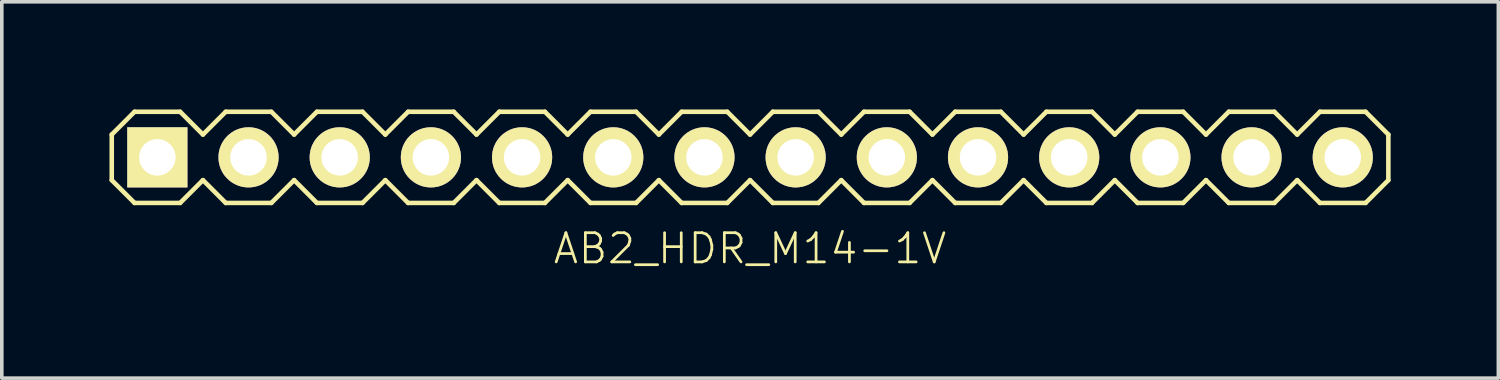
<source format=kicad_pcb>
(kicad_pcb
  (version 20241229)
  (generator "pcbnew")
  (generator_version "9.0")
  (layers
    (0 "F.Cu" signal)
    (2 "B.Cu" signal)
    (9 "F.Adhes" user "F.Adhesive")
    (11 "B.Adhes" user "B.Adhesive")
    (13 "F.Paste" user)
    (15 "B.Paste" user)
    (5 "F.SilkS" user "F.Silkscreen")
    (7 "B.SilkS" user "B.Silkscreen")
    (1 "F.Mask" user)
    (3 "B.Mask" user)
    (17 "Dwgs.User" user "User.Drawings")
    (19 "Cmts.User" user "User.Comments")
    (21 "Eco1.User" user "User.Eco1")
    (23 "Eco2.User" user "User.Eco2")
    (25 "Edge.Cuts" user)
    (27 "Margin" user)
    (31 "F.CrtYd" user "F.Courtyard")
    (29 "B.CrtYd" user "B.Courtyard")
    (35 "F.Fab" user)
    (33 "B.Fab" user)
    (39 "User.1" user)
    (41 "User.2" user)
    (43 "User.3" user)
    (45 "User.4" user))
  (footprint "AB2_HDR_M14-1V"
    (layer "F.Cu")
    (at 17.843 1.333)
    (property "Reference" "AB2_HDR_M14-1V" (at 0 2.54 0) (layer "F.SilkS") (effects (font (size 0.813 0.813) (thickness 0.076))))
    (attr through_hole)
    (fp_line (start -17.78 -0.635) (end -17.145 -1.27) (stroke (width 0.127) (type solid)) (layer "F.SilkS"))
    (fp_line (start -17.78 0.635) (end -17.78 -0.635) (stroke (width 0.127) (type solid)) (layer "F.SilkS"))
    (fp_line (start -17.145 -1.27) (end -15.875 -1.27) (stroke (width 0.127) (type solid)) (layer "F.SilkS"))
    (fp_line (start -17.145 1.27) (end -17.78 0.635) (stroke (width 0.127) (type solid)) (layer "F.SilkS"))
    (fp_line (start -15.875 -1.27) (end -15.24 -0.635) (stroke (width 0.127) (type solid)) (layer "F.SilkS"))
    (fp_line (start -15.875 1.27) (end -17.145 1.27) (stroke (width 0.127) (type solid)) (layer "F.SilkS"))
    (fp_line (start -15.24 -0.635) (end -14.605 -1.27) (stroke (width 0.127) (type solid)) (layer "F.SilkS"))
    (fp_line (start -15.24 0.635) (end -15.875 1.27) (stroke (width 0.127) (type solid)) (layer "F.SilkS"))
    (fp_line (start -14.605 -1.27) (end -13.335 -1.27) (stroke (width 0.127) (type solid)) (layer "F.SilkS"))
    (fp_line (start -14.605 1.27) (end -15.24 0.635) (stroke (width 0.127) (type solid)) (layer "F.SilkS"))
    (fp_line (start -13.335 -1.27) (end -12.7 -0.635) (stroke (width 0.127) (type solid)) (layer "F.SilkS"))
    (fp_line (start -13.335 1.27) (end -14.605 1.27) (stroke (width 0.127) (type solid)) (layer "F.SilkS"))
    (fp_line (start -12.7 -0.635) (end -12.065 -1.27) (stroke (width 0.127) (type solid)) (layer "F.SilkS"))
    (fp_line (start -12.7 0.635) (end -13.335 1.27) (stroke (width 0.127) (type solid)) (layer "F.SilkS"))
    (fp_line (start -12.065 -1.27) (end -10.795 -1.27) (stroke (width 0.127) (type solid)) (layer "F.SilkS"))
    (fp_line (start -12.065 1.27) (end -12.7 0.635) (stroke (width 0.127) (type solid)) (layer "F.SilkS"))
    (fp_line (start -10.795 -1.27) (end -10.16 -0.635) (stroke (width 0.127) (type solid)) (layer "F.SilkS"))
    (fp_line (start -10.795 1.27) (end -12.065 1.27) (stroke (width 0.127) (type solid)) (layer "F.SilkS"))
    (fp_line (start -10.16 -0.635) (end -9.525 -1.27) (stroke (width 0.127) (type solid)) (layer "F.SilkS"))
    (fp_line (start -10.16 0.635) (end -10.795 1.27) (stroke (width 0.127) (type solid)) (layer "F.SilkS"))
    (fp_line (start -9.525 -1.27) (end -8.255 -1.27) (stroke (width 0.127) (type solid)) (layer "F.SilkS"))
    (fp_line (start -9.525 1.27) (end -10.16 0.635) (stroke (width 0.127) (type solid)) (layer "F.SilkS"))
    (fp_line (start -8.255 -1.27) (end -7.62 -0.635) (stroke (width 0.127) (type solid)) (layer "F.SilkS"))
    (fp_line (start -8.255 1.27) (end -9.525 1.27) (stroke (width 0.127) (type solid)) (layer "F.SilkS"))
    (fp_line (start -7.62 -0.635) (end -6.985 -1.27) (stroke (width 0.127) (type solid)) (layer "F.SilkS"))
    (fp_line (start -7.62 0.635) (end -8.255 1.27) (stroke (width 0.127) (type solid)) (layer "F.SilkS"))
    (fp_line (start -6.985 -1.27) (end -5.715 -1.27) (stroke (width 0.127) (type solid)) (layer "F.SilkS"))
    (fp_line (start -6.985 1.27) (end -7.62 0.635) (stroke (width 0.127) (type solid)) (layer "F.SilkS"))
    (fp_line (start -5.715 -1.27) (end -5.08 -0.635) (stroke (width 0.127) (type solid)) (layer "F.SilkS"))
    (fp_line (start -5.715 1.27) (end -6.985 1.27) (stroke (width 0.127) (type solid)) (layer "F.SilkS"))
    (fp_line (start -5.08 -0.635) (end -4.445 -1.27) (stroke (width 0.127) (type solid)) (layer "F.SilkS"))
    (fp_line (start -5.08 0.635) (end -5.715 1.27) (stroke (width 0.127) (type solid)) (layer "F.SilkS"))
    (fp_line (start -4.445 -1.27) (end -3.175 -1.27) (stroke (width 0.127) (type solid)) (layer "F.SilkS"))
    (fp_line (start -4.445 1.27) (end -5.08 0.635) (stroke (width 0.127) (type solid)) (layer "F.SilkS"))
    (fp_line (start -3.175 -1.27) (end -2.54 -0.635) (stroke (width 0.127) (type solid)) (layer "F.SilkS"))
    (fp_line (start -3.175 1.27) (end -4.445 1.27) (stroke (width 0.127) (type solid)) (layer "F.SilkS"))
    (fp_line (start -2.54 -0.635) (end -1.905 -1.27) (stroke (width 0.127) (type solid)) (layer "F.SilkS"))
    (fp_line (start -2.54 0.635) (end -3.175 1.27) (stroke (width 0.127) (type solid)) (layer "F.SilkS"))
    (fp_line (start -1.905 -1.27) (end -0.635 -1.27) (stroke (width 0.127) (type solid)) (layer "F.SilkS"))
    (fp_line (start -1.905 1.27) (end -2.54 0.635) (stroke (width 0.127) (type solid)) (layer "F.SilkS"))
    (fp_line (start -0.635 -1.27) (end 0 -0.635) (stroke (width 0.127) (type solid)) (layer "F.SilkS"))
    (fp_line (start -0.635 1.27) (end -1.905 1.27) (stroke (width 0.127) (type solid)) (layer "F.SilkS"))
    (fp_line (start 0 -0.635) (end 0.635 -1.27) (stroke (width 0.127) (type solid)) (layer "F.SilkS"))
    (fp_line (start 0 0.635) (end -0.635 1.27) (stroke (width 0.127) (type solid)) (layer "F.SilkS"))
    (fp_line (start 0.635 -1.27) (end 1.905 -1.27) (stroke (width 0.127) (type solid)) (layer "F.SilkS"))
    (fp_line (start 0.635 1.27) (end 0 0.635) (stroke (width 0.127) (type solid)) (layer "F.SilkS"))
    (fp_line (start 1.905 -1.27) (end 2.54 -0.635) (stroke (width 0.127) (type solid)) (layer "F.SilkS"))
    (fp_line (start 1.905 1.27) (end 0.635 1.27) (stroke (width 0.127) (type solid)) (layer "F.SilkS"))
    (fp_line (start 2.54 -0.635) (end 3.175 -1.27) (stroke (width 0.127) (type solid)) (layer "F.SilkS"))
    (fp_line (start 2.54 0.635) (end 1.905 1.27) (stroke (width 0.127) (type solid)) (layer "F.SilkS"))
    (fp_line (start 3.175 -1.27) (end 4.445 -1.27) (stroke (width 0.127) (type solid)) (layer "F.SilkS"))
    (fp_line (start 3.175 1.27) (end 2.54 0.635) (stroke (width 0.127) (type solid)) (layer "F.SilkS"))
    (fp_line (start 4.445 -1.27) (end 5.08 -0.635) (stroke (width 0.127) (type solid)) (layer "F.SilkS"))
    (fp_line (start 4.445 1.27) (end 3.175 1.27) (stroke (width 0.127) (type solid)) (layer "F.SilkS"))
    (fp_line (start 5.08 -0.635) (end 5.715 -1.27) (stroke (width 0.127) (type solid)) (layer "F.SilkS"))
    (fp_line (start 5.08 0.635) (end 4.445 1.27) (stroke (width 0.127) (type solid)) (layer "F.SilkS"))
    (fp_line (start 5.715 -1.27) (end 6.985 -1.27) (stroke (width 0.127) (type solid)) (layer "F.SilkS"))
    (fp_line (start 5.715 1.27) (end 5.08 0.635) (stroke (width 0.127) (type solid)) (layer "F.SilkS"))
    (fp_line (start 6.985 -1.27) (end 7.62 -0.635) (stroke (width 0.127) (type solid)) (layer "F.SilkS"))
    (fp_line (start 6.985 1.27) (end 5.715 1.27) (stroke (width 0.127) (type solid)) (layer "F.SilkS"))
    (fp_line (start 7.62 -0.635) (end 8.255 -1.27) (stroke (width 0.127) (type solid)) (layer "F.SilkS"))
    (fp_line (start 7.62 0.635) (end 6.985 1.27) (stroke (width 0.127) (type solid)) (layer "F.SilkS"))
    (fp_line (start 8.255 -1.27) (end 9.525 -1.27) (stroke (width 0.127) (type solid)) (layer "F.SilkS"))
    (fp_line (start 8.255 1.27) (end 7.62 0.635) (stroke (width 0.127) (type solid)) (layer "F.SilkS"))
    (fp_line (start 9.525 -1.27) (end 10.16 -0.635) (stroke (width 0.127) (type solid)) (layer "F.SilkS"))
    (fp_line (start 9.525 1.27) (end 8.255 1.27) (stroke (width 0.127) (type solid)) (layer "F.SilkS"))
    (fp_line (start 10.16 -0.635) (end 10.795 -1.27) (stroke (width 0.127) (type solid)) (layer "F.SilkS"))
    (fp_line (start 10.16 0.635) (end 9.525 1.27) (stroke (width 0.127) (type solid)) (layer "F.SilkS"))
    (fp_line (start 10.795 -1.27) (end 12.065 -1.27) (stroke (width 0.127) (type solid)) (layer "F.SilkS"))
    (fp_line (start 10.795 1.27) (end 10.16 0.635) (stroke (width 0.127) (type solid)) (layer "F.SilkS"))
    (fp_line (start 12.065 -1.27) (end 12.7 -0.635) (stroke (width 0.127) (type solid)) (layer "F.SilkS"))
    (fp_line (start 12.065 1.27) (end 10.795 1.27) (stroke (width 0.127) (type solid)) (layer "F.SilkS"))
    (fp_line (start 12.7 -0.635) (end 13.335 -1.27) (stroke (width 0.127) (type solid)) (layer "F.SilkS"))
    (fp_line (start 12.7 0.635) (end 12.065 1.27) (stroke (width 0.127) (type solid)) (layer "F.SilkS"))
    (fp_line (start 13.335 -1.27) (end 14.605 -1.27) (stroke (width 0.127) (type solid)) (layer "F.SilkS"))
    (fp_line (start 13.335 1.27) (end 12.7 0.635) (stroke (width 0.127) (type solid)) (layer "F.SilkS"))
    (fp_line (start 14.605 -1.27) (end 15.24 -0.635) (stroke (width 0.127) (type solid)) (layer "F.SilkS"))
    (fp_line (start 14.605 1.27) (end 13.335 1.27) (stroke (width 0.127) (type solid)) (layer "F.SilkS"))
    (fp_line (start 15.24 -0.635) (end 15.875 -1.27) (stroke (width 0.127) (type solid)) (layer "F.SilkS"))
    (fp_line (start 15.24 0.635) (end 14.605 1.27) (stroke (width 0.127) (type solid)) (layer "F.SilkS"))
    (fp_line (start 15.875 -1.27) (end 17.145 -1.27) (stroke (width 0.127) (type solid)) (layer "F.SilkS"))
    (fp_line (start 15.875 1.27) (end 15.24 0.635) (stroke (width 0.127) (type solid)) (layer "F.SilkS"))
    (fp_line (start 17.145 -1.27) (end 17.78 -0.635) (stroke (width 0.127) (type solid)) (layer "F.SilkS"))
    (fp_line (start 17.145 1.27) (end 15.875 1.27) (stroke (width 0.127) (type solid)) (layer "F.SilkS"))
    (fp_line (start 17.78 -0.635) (end 17.78 0.635) (stroke (width 0.127) (type solid)) (layer "F.SilkS"))
    (fp_line (start 17.78 0.635) (end 17.145 1.27) (stroke (width 0.127) (type solid)) (layer "F.SilkS"))
    (pad "1" thru_hole rect (at -16.51 0) (size 1.676 1.676) (drill 1.016) (layers "*.Cu" "*.Mask" "F.SilkS"))
    (pad "2" thru_hole circle (at -13.97 0) (size 1.676 1.676) (drill 1.016) (layers "*.Cu" "*.Mask" "F.SilkS"))
    (pad "3" thru_hole circle (at -11.43 0) (size 1.676 1.676) (drill 1.016) (layers "*.Cu" "*.Mask" "F.SilkS"))
    (pad "4" thru_hole circle (at -8.89 0) (size 1.676 1.676) (drill 1.016) (layers "*.Cu" "*.Mask" "F.SilkS"))
    (pad "5" thru_hole circle (at -6.35 0) (size 1.676 1.676) (drill 1.016) (layers "*.Cu" "*.Mask" "F.SilkS"))
    (pad "6" thru_hole circle (at -3.81 0) (size 1.676 1.676) (drill 1.016) (layers "*.Cu" "*.Mask" "F.SilkS"))
    (pad "7" thru_hole circle (at -1.27 0) (size 1.676 1.676) (drill 1.016) (layers "*.Cu" "*.Mask" "F.SilkS"))
    (pad "8" thru_hole circle (at 1.27 0) (size 1.676 1.676) (drill 1.016) (layers "*.Cu" "*.Mask" "F.SilkS"))
    (pad "9" thru_hole circle (at 3.81 0) (size 1.676 1.676) (drill 1.016) (layers "*.Cu" "*.Mask" "F.SilkS"))
    (pad "10" thru_hole circle (at 6.35 0) (size 1.676 1.676) (drill 1.016) (layers "*.Cu" "*.Mask" "F.SilkS"))
    (pad "11" thru_hole circle (at 8.89 0) (size 1.676 1.676) (drill 1.016) (layers "*.Cu" "*.Mask" "F.SilkS"))
    (pad "12" thru_hole circle (at 11.43 0) (size 1.676 1.676) (drill 1.016) (layers "*.Cu" "*.Mask" "F.SilkS"))
    (pad "13" thru_hole circle (at 13.97 0) (size 1.676 1.676) (drill 1.016) (layers "*.Cu" "*.Mask" "F.SilkS"))
    (pad "14" thru_hole circle (at 16.51 0) (size 1.676 1.676) (drill 1.016) (layers "*.Cu" "*.Mask" "F.SilkS")))
  (gr_rect
    (start -3 -3)
    (end 38.687 7.483)
    (stroke (width 0.1) (type default))
    (fill no)
    (layer "Edge.Cuts")))
</source>
